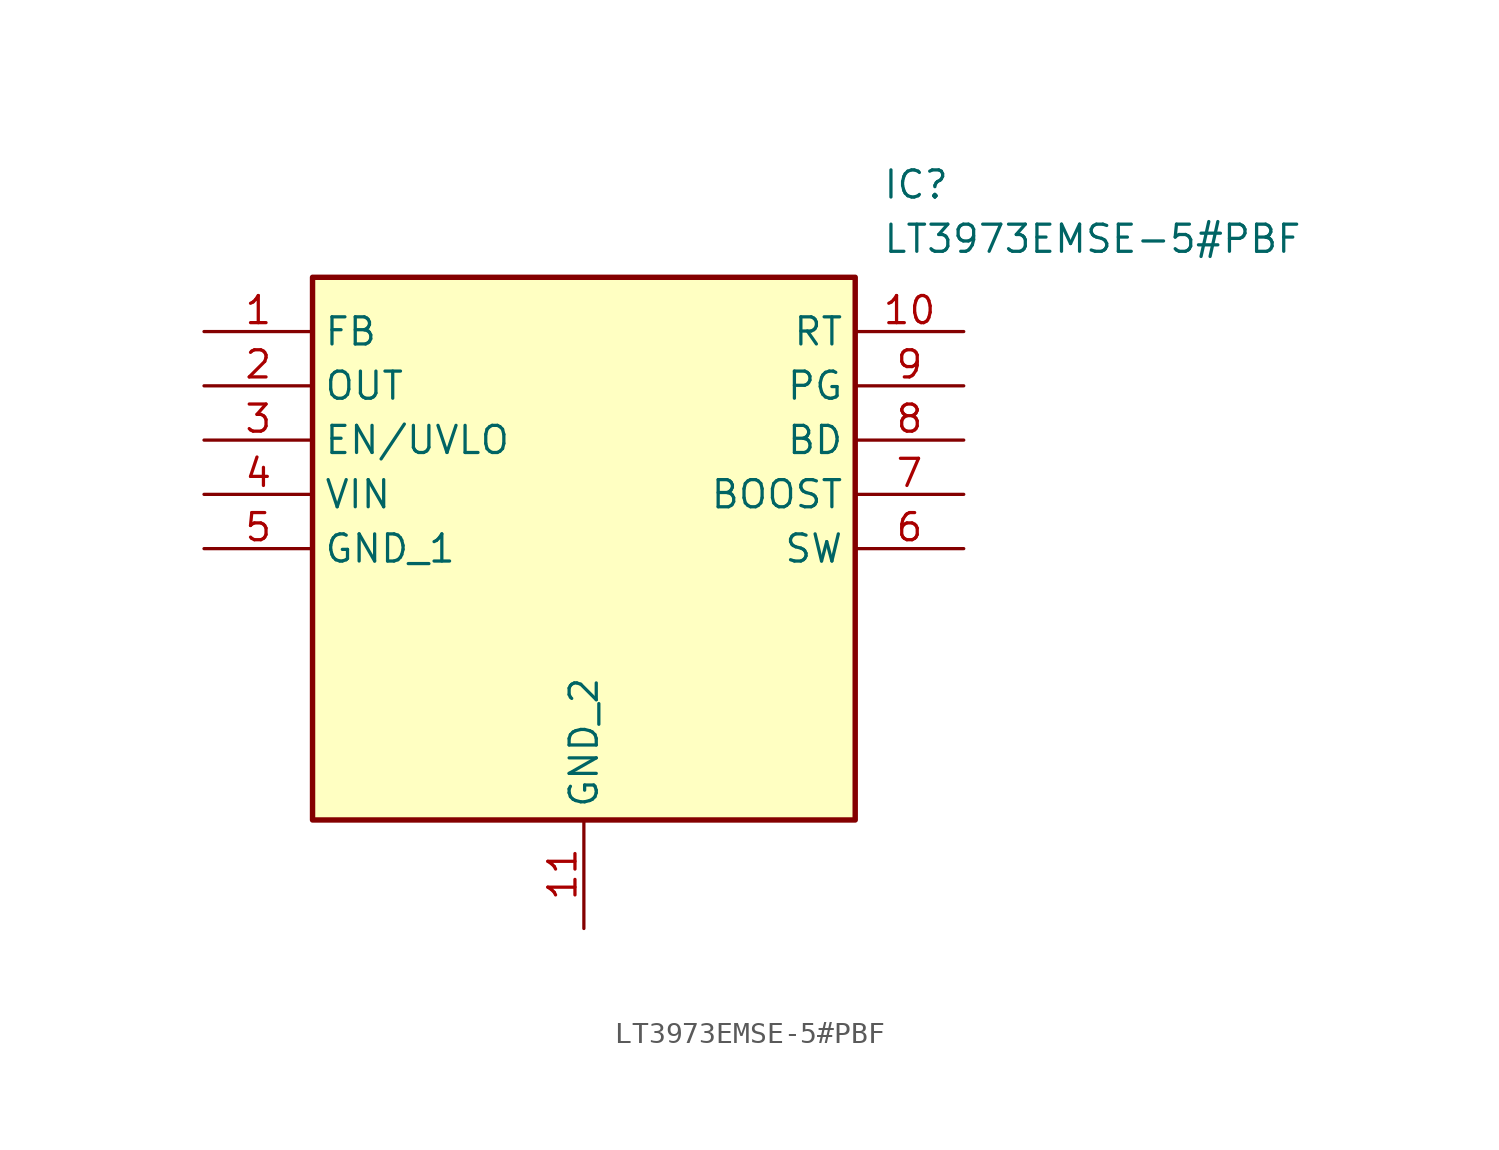
<source format=kicad_sym>
(kicad_symbol_lib
  (version 20211014)
  (generator SamacSys_ECAD_Model)
  (symbol "LT3973EMSE-5#PBF"
    (property "Reference" "IC"
      (at 31.75 7.62 0)
      (effects (font (size 1.27 1.27)) (justify left top)))
    (property "Value" "LT3973EMSE-5#PBF"
      (at 31.75 5.08 0)
      (effects (font (size 1.27 1.27)) (justify left top)))
    (rectangle
      (start 5.08 2.54)
      (end 30.48 -22.86)
      (stroke (width 0.254) (type default))
      (fill (type background)))
    (pin passive line
      (at 0 0 0)
      (length 5.08)
      (name "FB" (effects (font (size 1.27 1.27))))
      (number "1" (effects (font (size 1.27 1.27)))))
    (pin passive line
      (at 0 -2.54 0)
      (length 5.08)
      (name "OUT" (effects (font (size 1.27 1.27))))
      (number "2" (effects (font (size 1.27 1.27)))))
    (pin passive line
      (at 0 -5.08 0)
      (length 5.08)
      (name "EN/UVLO" (effects (font (size 1.27 1.27))))
      (number "3" (effects (font (size 1.27 1.27)))))
    (pin passive line
      (at 0 -7.62 0)
      (length 5.08)
      (name "VIN" (effects (font (size 1.27 1.27))))
      (number "4" (effects (font (size 1.27 1.27)))))
    (pin passive line
      (at 0 -10.16 0)
      (length 5.08)
      (name "GND_1" (effects (font (size 1.27 1.27))))
      (number "5" (effects (font (size 1.27 1.27)))))
    (pin passive line
      (at 17.78 -27.94 90)
      (length 5.08)
      (name "GND_2" (effects (font (size 1.27 1.27))))
      (number "11" (effects (font (size 1.27 1.27)))))
    (pin passive line
      (at 35.56 0 180)
      (length 5.08)
      (name "RT" (effects (font (size 1.27 1.27))))
      (number "10" (effects (font (size 1.27 1.27)))))
    (pin passive line
      (at 35.56 -2.54 180)
      (length 5.08)
      (name "PG" (effects (font (size 1.27 1.27))))
      (number "9" (effects (font (size 1.27 1.27)))))
    (pin passive line
      (at 35.56 -5.08 180)
      (length 5.08)
      (name "BD" (effects (font (size 1.27 1.27))))
      (number "8" (effects (font (size 1.27 1.27)))))
    (pin passive line
      (at 35.56 -7.62 180)
      (length 5.08)
      (name "BOOST" (effects (font (size 1.27 1.27))))
      (number "7" (effects (font (size 1.27 1.27)))))
    (pin passive line
      (at 35.56 -10.16 180)
      (length 5.08)
      (name "SW" (effects (font (size 1.27 1.27))))
      (number "6" (effects (font (size 1.27 1.27)))))))
</source>
